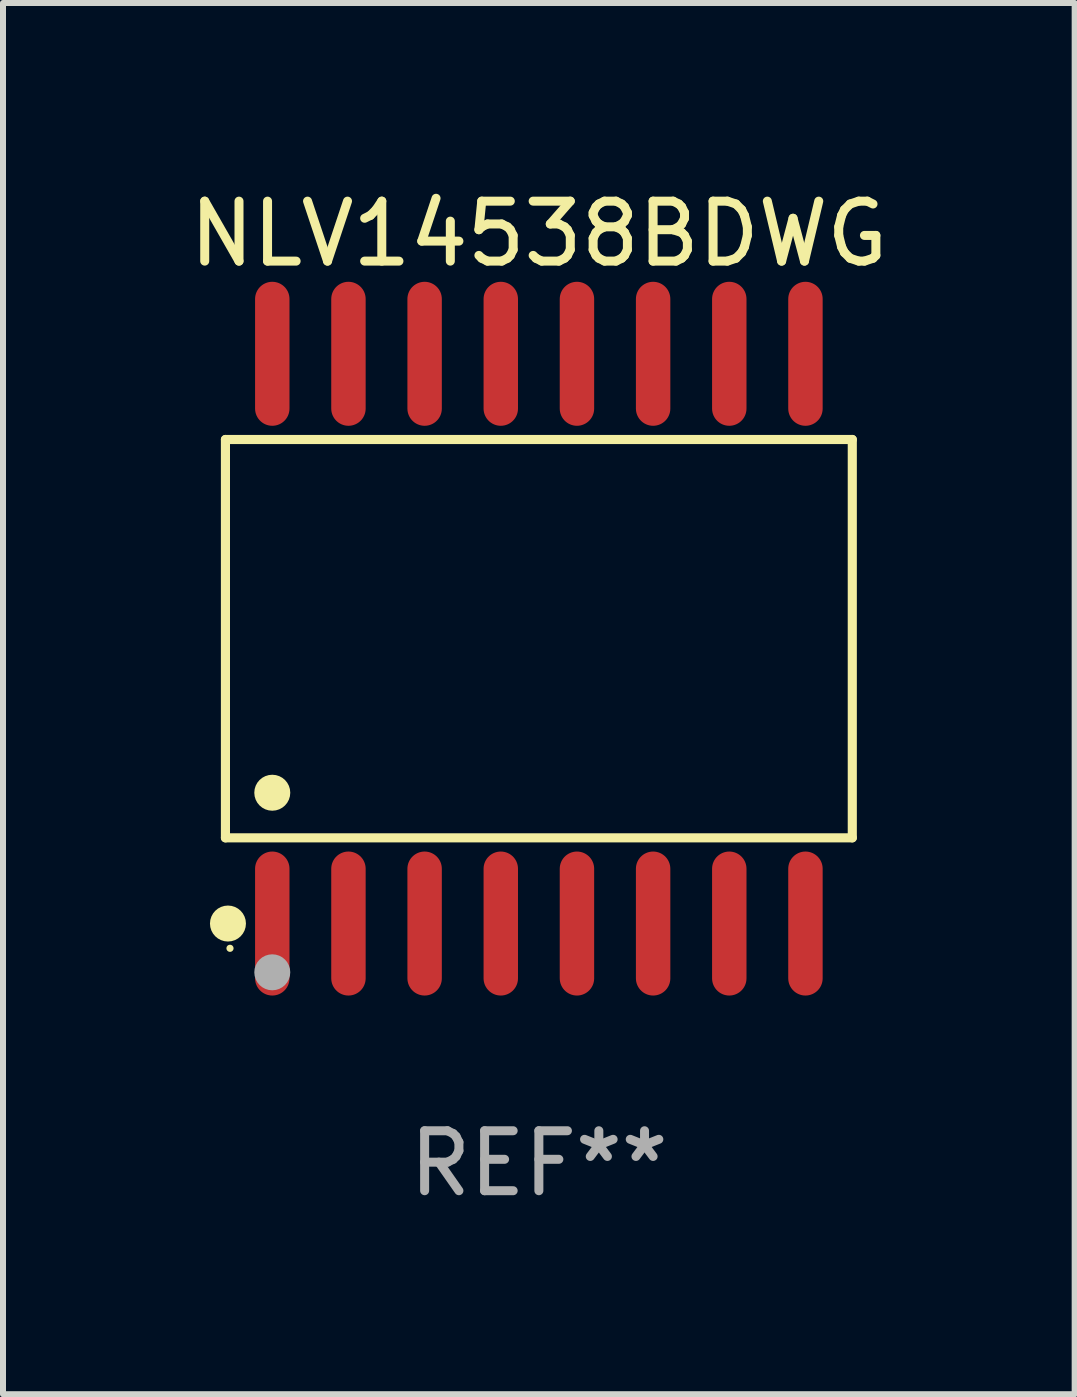
<source format=kicad_pcb>
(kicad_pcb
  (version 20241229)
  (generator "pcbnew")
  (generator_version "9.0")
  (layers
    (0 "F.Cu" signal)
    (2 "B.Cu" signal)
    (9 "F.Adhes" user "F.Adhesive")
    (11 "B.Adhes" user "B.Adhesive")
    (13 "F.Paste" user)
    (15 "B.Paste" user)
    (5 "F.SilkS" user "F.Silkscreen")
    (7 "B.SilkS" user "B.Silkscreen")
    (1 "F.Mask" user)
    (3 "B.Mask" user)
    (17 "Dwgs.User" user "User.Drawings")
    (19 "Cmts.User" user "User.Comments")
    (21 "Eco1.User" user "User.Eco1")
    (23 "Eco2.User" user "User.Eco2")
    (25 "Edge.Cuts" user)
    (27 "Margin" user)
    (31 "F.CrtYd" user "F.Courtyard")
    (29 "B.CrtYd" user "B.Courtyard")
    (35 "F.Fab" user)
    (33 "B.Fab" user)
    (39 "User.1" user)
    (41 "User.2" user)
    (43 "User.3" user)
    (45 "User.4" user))
  (footprint "NLV14538BDWG"
    (layer "F.Cu")
    (at 5.935 7.599)
    (property "Reference" "NLV14538BDWG" (at 0 -6.75 0) (layer "F.SilkS") (effects (font (size 1 1) (thickness 0.15))))
    (attr through_hole)
    (fp_line (start -5.226 -3.321) (end 5.226 -3.321) (stroke (width 0.152) (type solid)) (layer "F.SilkS"))
    (fp_line (start -5.226 3.321) (end -5.226 -3.321) (stroke (width 0.152) (type solid)) (layer "F.SilkS"))
    (fp_line (start 5.226 -3.321) (end 5.226 3.321) (stroke (width 0.152) (type solid)) (layer "F.SilkS"))
    (fp_line (start 5.226 3.321) (end -5.226 3.321) (stroke (width 0.152) (type solid)) (layer "F.SilkS"))
    (fp_circle (center -5.184 4.75) (end -5.034 4.75) (stroke (width 0.3) (type solid)) (fill no) (layer "F.SilkS"))
    (fp_circle (center -5.15 5.163) (end -5.12 5.163) (stroke (width 0.06) (type solid)) (fill no) (layer "F.SilkS"))
    (fp_circle (center -4.445 2.569) (end -4.295 2.569) (stroke (width 0.3) (type solid)) (fill no) (layer "F.SilkS"))
    (fp_circle (center -4.445 5.563) (end -4.295 5.563) (stroke (width 0.3) (type solid)) (fill no) (layer "F.Fab"))
    (fp_text user "REF**" (at 0 8.75 0) (layer "F.Fab") (effects (font (size 1 1) (thickness 0.15))))
    (pad "1" smd oval (at -4.445 4.75) (size 0.574 2.401) (layers "F.Cu" "F.Mask" "F.Paste"))
    (pad "2" smd oval (at -3.175 4.75) (size 0.574 2.401) (layers "F.Cu" "F.Mask" "F.Paste"))
    (pad "3" smd oval (at -1.905 4.75) (size 0.574 2.401) (layers "F.Cu" "F.Mask" "F.Paste"))
    (pad "4" smd oval (at -0.635 4.75) (size 0.574 2.401) (layers "F.Cu" "F.Mask" "F.Paste"))
    (pad "5" smd oval (at 0.635 4.75) (size 0.574 2.401) (layers "F.Cu" "F.Mask" "F.Paste"))
    (pad "6" smd oval (at 1.905 4.75) (size 0.574 2.401) (layers "F.Cu" "F.Mask" "F.Paste"))
    (pad "7" smd oval (at 3.175 4.75) (size 0.574 2.401) (layers "F.Cu" "F.Mask" "F.Paste"))
    (pad "8" smd oval (at 4.445 4.75) (size 0.574 2.401) (layers "F.Cu" "F.Mask" "F.Paste"))
    (pad "9" smd oval (at 4.445 -4.75) (size 0.574 2.401) (layers "F.Cu" "F.Mask" "F.Paste"))
    (pad "10" smd oval (at 3.175 -4.75) (size 0.574 2.401) (layers "F.Cu" "F.Mask" "F.Paste"))
    (pad "11" smd oval (at 1.905 -4.75) (size 0.574 2.401) (layers "F.Cu" "F.Mask" "F.Paste"))
    (pad "12" smd oval (at 0.635 -4.75) (size 0.574 2.401) (layers "F.Cu" "F.Mask" "F.Paste"))
    (pad "13" smd oval (at -0.635 -4.75) (size 0.574 2.401) (layers "F.Cu" "F.Mask" "F.Paste"))
    (pad "14" smd oval (at -1.905 -4.75) (size 0.574 2.401) (layers "F.Cu" "F.Mask" "F.Paste"))
    (pad "15" smd oval (at -3.175 -4.75) (size 0.574 2.401) (layers "F.Cu" "F.Mask" "F.Paste"))
    (pad "16" smd oval (at -4.445 -4.75) (size 0.574 2.401) (layers "F.Cu" "F.Mask" "F.Paste")))
  (gr_rect
    (start -3 -3)
    (end 14.869 20.197)
    (stroke (width 0.1) (type default))
    (fill no)
    (layer "Edge.Cuts")))
</source>
